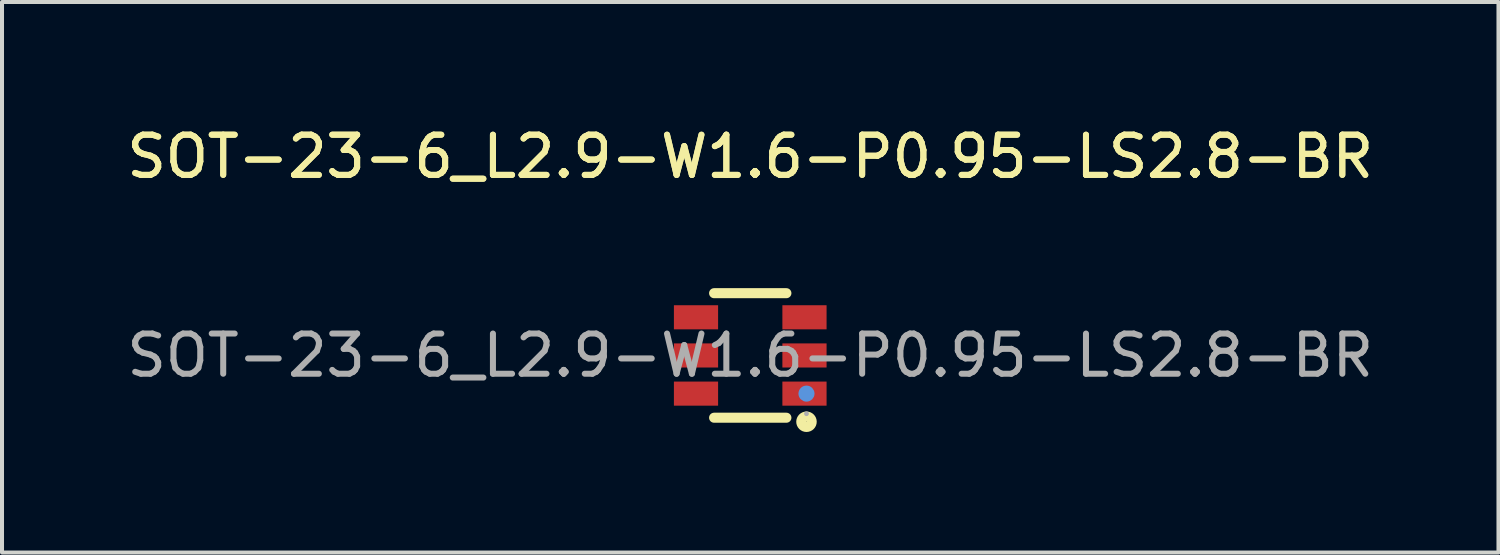
<source format=kicad_pcb>
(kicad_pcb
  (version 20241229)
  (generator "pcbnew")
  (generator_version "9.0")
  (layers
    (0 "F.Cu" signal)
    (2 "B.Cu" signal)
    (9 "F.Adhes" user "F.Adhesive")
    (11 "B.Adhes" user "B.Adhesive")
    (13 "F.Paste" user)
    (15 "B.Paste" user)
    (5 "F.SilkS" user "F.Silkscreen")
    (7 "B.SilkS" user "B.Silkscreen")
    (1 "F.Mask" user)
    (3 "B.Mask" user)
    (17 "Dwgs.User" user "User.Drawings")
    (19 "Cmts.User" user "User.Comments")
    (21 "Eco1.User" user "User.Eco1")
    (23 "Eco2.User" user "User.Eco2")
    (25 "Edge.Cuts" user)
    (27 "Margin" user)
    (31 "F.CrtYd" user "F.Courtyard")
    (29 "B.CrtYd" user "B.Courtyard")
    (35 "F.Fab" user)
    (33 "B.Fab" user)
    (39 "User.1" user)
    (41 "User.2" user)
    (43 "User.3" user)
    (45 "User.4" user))
  (footprint "SOT-23-6_L2.9-W1.6-P0.95-LS2.8-BR"
    (layer "F.Cu")
    (at 15.625 5.798)
    (property "Reference" "SOT-23-6_L2.9-W1.6-P0.95-LS2.8-BR" (at 0 -4.95 0) (layer "F.SilkS") (effects (font (size 1 1) (thickness 0.15))))
    (attr smd)
    (fp_line (start -0.9 -1.55) (end 0.9 -1.55) (stroke (width 0.25) (type solid)) (layer "F.SilkS"))
    (fp_line (start -0.9 1.55) (end 0.9 1.55) (stroke (width 0.25) (type solid)) (layer "F.SilkS"))
    (fp_circle (center 1.4 1.65) (end 1.53 1.65) (stroke (width 0.25) (type solid)) (fill no) (layer "F.SilkS"))
    (fp_circle (center 1.4 0.95) (end 1.5 0.95) (stroke (width 0.2) (type solid)) (fill no) (layer "Cmts.User"))
    (fp_circle (center 1.4 1.45) (end 1.43 1.45) (stroke (width 0.06) (type solid)) (fill no) (layer "F.Fab"))
    (fp_text user "${REFERENCE}" (at 0 -4.95 0) (layer "F.SilkS") (effects (font (size 1 1) (thickness 0.15))))
    (fp_text user "${REFERENCE}" (at 0 0 0) (layer "F.Fab") (effects (font (size 1 1) (thickness 0.15))))
    (pad "1" smd rect (at 1.35 0.95) (size 1.1 0.6) (layers "F.Cu" "F.Mask" "F.Paste"))
    (pad "2" smd rect (at 1.35 0) (size 1.1 0.6) (layers "F.Cu" "F.Mask" "F.Paste"))
    (pad "3" smd rect (at 1.35 -0.95) (size 1.1 0.6) (layers "F.Cu" "F.Mask" "F.Paste"))
    (pad "4" smd rect (at -1.35 -0.95) (size 1.1 0.6) (layers "F.Cu" "F.Mask" "F.Paste"))
    (pad "5" smd rect (at -1.35 0) (size 1.1 0.6) (layers "F.Cu" "F.Mask" "F.Paste"))
    (pad "6" smd rect (at -1.35 0.95) (size 1.1 0.6) (layers "F.Cu" "F.Mask" "F.Paste")))
  (gr_rect
    (start -3 -3)
    (end 34.25 10.703)
    (stroke (width 0.1) (type default))
    (fill no)
    (layer "Edge.Cuts")))
</source>
